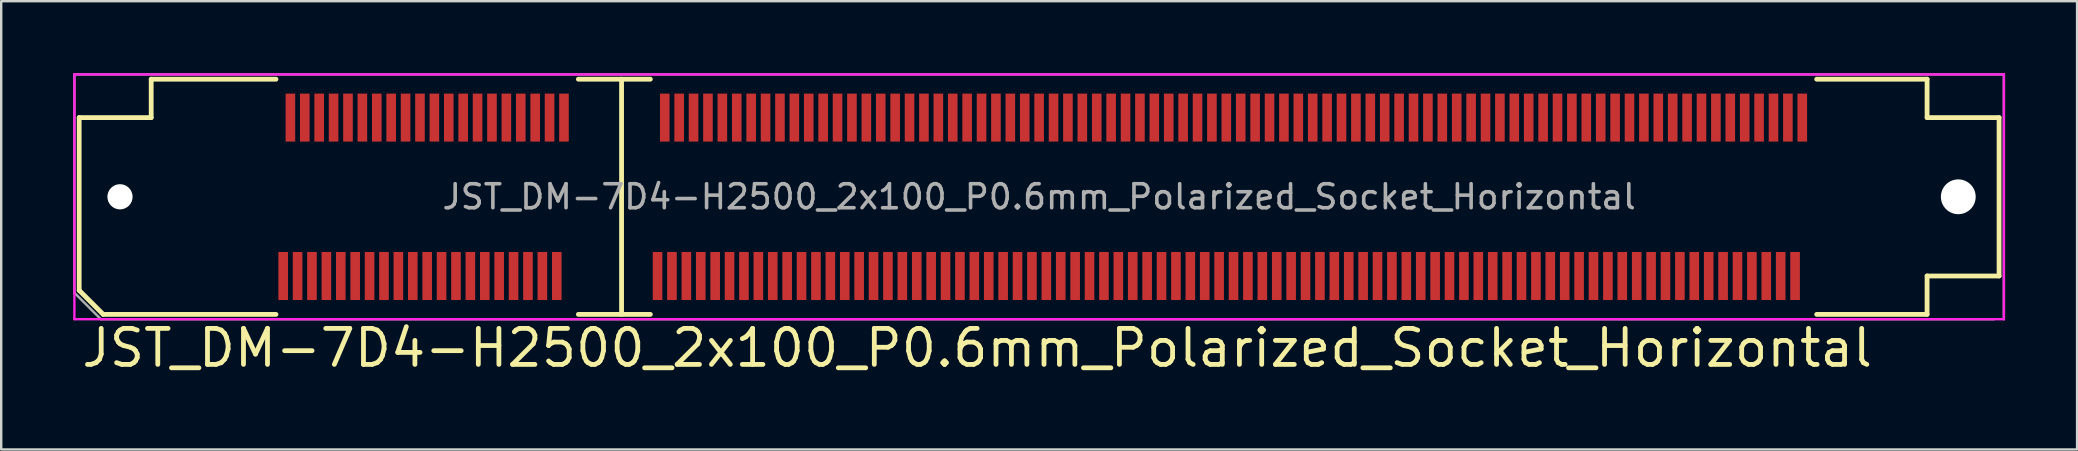
<source format=kicad_pcb>
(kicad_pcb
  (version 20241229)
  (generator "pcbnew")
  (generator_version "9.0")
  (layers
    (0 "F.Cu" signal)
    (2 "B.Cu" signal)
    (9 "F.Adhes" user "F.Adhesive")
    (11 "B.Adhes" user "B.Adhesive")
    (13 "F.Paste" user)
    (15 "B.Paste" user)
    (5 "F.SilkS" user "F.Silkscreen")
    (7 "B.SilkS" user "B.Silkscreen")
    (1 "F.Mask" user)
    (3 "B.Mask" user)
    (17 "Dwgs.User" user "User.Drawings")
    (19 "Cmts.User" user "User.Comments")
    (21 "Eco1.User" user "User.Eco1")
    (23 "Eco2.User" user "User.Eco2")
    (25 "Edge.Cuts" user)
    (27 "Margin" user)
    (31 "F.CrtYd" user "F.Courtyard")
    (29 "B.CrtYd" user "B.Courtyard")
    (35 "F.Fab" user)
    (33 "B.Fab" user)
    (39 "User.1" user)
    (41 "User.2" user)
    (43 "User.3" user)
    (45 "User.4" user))
  (footprint "JST_DM-7D4-H2500_2x100_P0.6mm_Polarized_Socket_Horizontal"
    (layer "F.Cu")
    (at 40.25 5.15)
    (property "Reference" "JST_DM-7D4-H2500_2x100_P0.6mm_Polarized_Socket_Horizontal" (at -40 6.3 0) (layer "F.SilkS") (effects (font (size 1.5 1.5) (thickness 0.2)) (justify left)))
    (attr smd)
    (fp_line (start -40 -3.3) (end -40 3.9) (stroke (width 0.2) (type default)) (layer "F.SilkS"))
    (fp_line (start -40 -3.3) (end -37 -3.3) (stroke (width 0.2) (type default)) (layer "F.SilkS"))
    (fp_line (start -40 3.9) (end -39 4.9) (stroke (width 0.2) (type default)) (layer "F.SilkS"))
    (fp_line (start -39 4.9) (end -31.8 4.9) (stroke (width 0.2) (type solid)) (layer "F.SilkS"))
    (fp_line (start -37 -4.9) (end -37 -3.3) (stroke (width 0.2) (type default)) (layer "F.SilkS"))
    (fp_line (start -37 -4.9) (end -31.8 -4.9) (stroke (width 0.2) (type solid)) (layer "F.SilkS"))
    (fp_line (start -19.2 -4.9) (end -16.2 -4.9) (stroke (width 0.2) (type solid)) (layer "F.SilkS"))
    (fp_line (start -19.2 4.9) (end -16.2 4.9) (stroke (width 0.2) (type solid)) (layer "F.SilkS"))
    (fp_line (start -17.4 4.9) (end -17.4 -4.9) (stroke (width 0.2) (type default)) (layer "F.SilkS"))
    (fp_line (start 32.4 -4.9) (end 37 -4.9) (stroke (width 0.2) (type solid)) (layer "F.SilkS"))
    (fp_line (start 32.4 4.9) (end 37 4.9) (stroke (width 0.2) (type solid)) (layer "F.SilkS"))
    (fp_line (start 37 -4.9) (end 37 -3.3) (stroke (width 0.2) (type default)) (layer "F.SilkS"))
    (fp_line (start 37 4.9) (end 37 3.3) (stroke (width 0.2) (type default)) (layer "F.SilkS"))
    (fp_line (start 40 -3.3) (end 37 -3.3) (stroke (width 0.2) (type default)) (layer "F.SilkS"))
    (fp_line (start 40 -3.3) (end 40 3.3) (stroke (width 0.2) (type default)) (layer "F.SilkS"))
    (fp_line (start 40 3.3) (end 37 3.3) (stroke (width 0.2) (type default)) (layer "F.SilkS"))
    (fp_line (start -40.2 5.1) (end -40.2 -5.1) (stroke (width 0.1) (type solid)) (layer "F.CrtYd"))
    (fp_line (start 40.2 -5.1) (end -40.2 -5.1) (stroke (width 0.1) (type solid)) (layer "F.CrtYd"))
    (fp_line (start 40.2 5.1) (end -40.2 5.1) (stroke (width 0.1) (type solid)) (layer "F.CrtYd"))
    (fp_line (start 40.2 5.1) (end 40.2 -5.1) (stroke (width 0.1) (type solid)) (layer "F.CrtYd"))
    (fp_line (start -40.2 -5.1) (end 40.2 -5.1) (stroke (width 0.1) (type solid)) (layer "F.Fab"))
    (fp_line (start -40.2 4) (end -40.2 -5.1) (stroke (width 0.1) (type solid)) (layer "F.Fab"))
    (fp_line (start -40.2 4) (end -39.1 5.1) (stroke (width 0.1) (type solid)) (layer "F.Fab"))
    (fp_line (start -39.1 5.1) (end 39.8 5.1) (stroke (width 0.1) (type solid)) (layer "F.Fab"))
    (fp_line (start 40.2 5.1) (end 40.2 -5.1) (stroke (width 0.1) (type solid)) (layer "F.Fab"))
    (fp_text user "${REFERENCE}" (at 0 0 0) (layer "F.Fab") (effects (font (size 1 1) (thickness 0.15))))
    (pad "" np_thru_hole circle (at -38.3 0) (size 1.05 1.05) (drill 1.05) (layers "*.Cu"))
    (pad "" np_thru_hole circle (at 38.3 0) (size 1.45 1.45) (drill 1.45) (layers "*.Cu"))
    (pad "1" smd rect (at -31.5 3.3) (size 0.4 2) (layers "F.Cu" "F.Mask" "F.Paste"))
    (pad "2" smd rect (at -31.2 -3.3) (size 0.4 2) (layers "F.Cu" "F.Mask" "F.Paste"))
    (pad "3" smd rect (at -30.9 3.3) (size 0.4 2) (layers "F.Cu" "F.Mask" "F.Paste"))
    (pad "4" smd rect (at -30.6 -3.3) (size 0.4 2) (layers "F.Cu" "F.Mask" "F.Paste"))
    (pad "5" smd rect (at -30.3 3.3) (size 0.4 2) (layers "F.Cu" "F.Mask" "F.Paste"))
    (pad "6" smd rect (at -30 -3.3) (size 0.4 2) (layers "F.Cu" "F.Mask" "F.Paste"))
    (pad "7" smd rect (at -29.7 3.3) (size 0.4 2) (layers "F.Cu" "F.Mask" "F.Paste"))
    (pad "8" smd rect (at -29.4 -3.3) (size 0.4 2) (layers "F.Cu" "F.Mask" "F.Paste"))
    (pad "9" smd rect (at -29.1 3.3) (size 0.4 2) (layers "F.Cu" "F.Mask" "F.Paste"))
    (pad "10" smd rect (at -28.8 -3.3) (size 0.4 2) (layers "F.Cu" "F.Mask" "F.Paste"))
    (pad "11" smd rect (at -28.5 3.3) (size 0.4 2) (layers "F.Cu" "F.Mask" "F.Paste"))
    (pad "12" smd rect (at -28.2 -3.3) (size 0.4 2) (layers "F.Cu" "F.Mask" "F.Paste"))
    (pad "13" smd rect (at -27.9 3.3) (size 0.4 2) (layers "F.Cu" "F.Mask" "F.Paste"))
    (pad "14" smd rect (at -27.6 -3.3) (size 0.4 2) (layers "F.Cu" "F.Mask" "F.Paste"))
    (pad "15" smd rect (at -27.3 3.3) (size 0.4 2) (layers "F.Cu" "F.Mask" "F.Paste"))
    (pad "16" smd rect (at -27 -3.3) (size 0.4 2) (layers "F.Cu" "F.Mask" "F.Paste"))
    (pad "17" smd rect (at -26.7 3.3) (size 0.4 2) (layers "F.Cu" "F.Mask" "F.Paste"))
    (pad "18" smd rect (at -26.4 -3.3) (size 0.4 2) (layers "F.Cu" "F.Mask" "F.Paste"))
    (pad "19" smd rect (at -26.1 3.3) (size 0.4 2) (layers "F.Cu" "F.Mask" "F.Paste"))
    (pad "20" smd rect (at -25.8 -3.3) (size 0.4 2) (layers "F.Cu" "F.Mask" "F.Paste"))
    (pad "21" smd rect (at -25.5 3.3) (size 0.4 2) (layers "F.Cu" "F.Mask" "F.Paste"))
    (pad "22" smd rect (at -25.2 -3.3) (size 0.4 2) (layers "F.Cu" "F.Mask" "F.Paste"))
    (pad "23" smd rect (at -24.9 3.3) (size 0.4 2) (layers "F.Cu" "F.Mask" "F.Paste"))
    (pad "24" smd rect (at -24.6 -3.3) (size 0.4 2) (layers "F.Cu" "F.Mask" "F.Paste"))
    (pad "25" smd rect (at -24.3 3.3) (size 0.4 2) (layers "F.Cu" "F.Mask" "F.Paste"))
    (pad "26" smd rect (at -24 -3.3) (size 0.4 2) (layers "F.Cu" "F.Mask" "F.Paste"))
    (pad "27" smd rect (at -23.7 3.3) (size 0.4 2) (layers "F.Cu" "F.Mask" "F.Paste"))
    (pad "28" smd rect (at -23.4 -3.3) (size 0.4 2) (layers "F.Cu" "F.Mask" "F.Paste"))
    (pad "29" smd rect (at -23.1 3.3) (size 0.4 2) (layers "F.Cu" "F.Mask" "F.Paste"))
    (pad "30" smd rect (at -22.8 -3.3) (size 0.4 2) (layers "F.Cu" "F.Mask" "F.Paste"))
    (pad "31" smd rect (at -22.5 3.3) (size 0.4 2) (layers "F.Cu" "F.Mask" "F.Paste"))
    (pad "32" smd rect (at -22.2 -3.3) (size 0.4 2) (layers "F.Cu" "F.Mask" "F.Paste"))
    (pad "33" smd rect (at -21.9 3.3) (size 0.4 2) (layers "F.Cu" "F.Mask" "F.Paste"))
    (pad "34" smd rect (at -21.6 -3.3) (size 0.4 2) (layers "F.Cu" "F.Mask" "F.Paste"))
    (pad "35" smd rect (at -21.3 3.3) (size 0.4 2) (layers "F.Cu" "F.Mask" "F.Paste"))
    (pad "36" smd rect (at -21 -3.3) (size 0.4 2) (layers "F.Cu" "F.Mask" "F.Paste"))
    (pad "37" smd rect (at -20.7 3.3) (size 0.4 2) (layers "F.Cu" "F.Mask" "F.Paste"))
    (pad "38" smd rect (at -20.4 -3.3) (size 0.4 2) (layers "F.Cu" "F.Mask" "F.Paste"))
    (pad "39" smd rect (at -20.1 3.3) (size 0.4 2) (layers "F.Cu" "F.Mask" "F.Paste"))
    (pad "40" smd rect (at -19.8 -3.3) (size 0.4 2) (layers "F.Cu" "F.Mask" "F.Paste"))
    (pad "41" smd rect (at -15.9 3.3) (size 0.4 2) (layers "F.Cu" "F.Mask" "F.Paste"))
    (pad "42" smd rect (at -15.6 -3.3) (size 0.4 2) (layers "F.Cu" "F.Mask" "F.Paste"))
    (pad "43" smd rect (at -15.3 3.3) (size 0.4 2) (layers "F.Cu" "F.Mask" "F.Paste"))
    (pad "44" smd rect (at -15 -3.3) (size 0.4 2) (layers "F.Cu" "F.Mask" "F.Paste"))
    (pad "45" smd rect (at -14.7 3.3) (size 0.4 2) (layers "F.Cu" "F.Mask" "F.Paste"))
    (pad "46" smd rect (at -14.4 -3.3) (size 0.4 2) (layers "F.Cu" "F.Mask" "F.Paste"))
    (pad "47" smd rect (at -14.1 3.3) (size 0.4 2) (layers "F.Cu" "F.Mask" "F.Paste"))
    (pad "48" smd rect (at -13.8 -3.3) (size 0.4 2) (layers "F.Cu" "F.Mask" "F.Paste"))
    (pad "49" smd rect (at -13.5 3.3) (size 0.4 2) (layers "F.Cu" "F.Mask" "F.Paste"))
    (pad "50" smd rect (at -13.2 -3.3) (size 0.4 2) (layers "F.Cu" "F.Mask" "F.Paste"))
    (pad "51" smd rect (at -12.9 3.3) (size 0.4 2) (layers "F.Cu" "F.Mask" "F.Paste"))
    (pad "52" smd rect (at -12.6 -3.3) (size 0.4 2) (layers "F.Cu" "F.Mask" "F.Paste"))
    (pad "53" smd rect (at -12.3 3.3) (size 0.4 2) (layers "F.Cu" "F.Mask" "F.Paste"))
    (pad "54" smd rect (at -12 -3.3) (size 0.4 2) (layers "F.Cu" "F.Mask" "F.Paste"))
    (pad "55" smd rect (at -11.7 3.3) (size 0.4 2) (layers "F.Cu" "F.Mask" "F.Paste"))
    (pad "56" smd rect (at -11.4 -3.3) (size 0.4 2) (layers "F.Cu" "F.Mask" "F.Paste"))
    (pad "57" smd rect (at -11.1 3.3) (size 0.4 2) (layers "F.Cu" "F.Mask" "F.Paste"))
    (pad "58" smd rect (at -10.8 -3.3) (size 0.4 2) (layers "F.Cu" "F.Mask" "F.Paste"))
    (pad "59" smd rect (at -10.5 3.3) (size 0.4 2) (layers "F.Cu" "F.Mask" "F.Paste"))
    (pad "60" smd rect (at -10.2 -3.3) (size 0.4 2) (layers "F.Cu" "F.Mask" "F.Paste"))
    (pad "61" smd rect (at -9.9 3.3) (size 0.4 2) (layers "F.Cu" "F.Mask" "F.Paste"))
    (pad "62" smd rect (at -9.6 -3.3) (size 0.4 2) (layers "F.Cu" "F.Mask" "F.Paste"))
    (pad "63" smd rect (at -9.3 3.3) (size 0.4 2) (layers "F.Cu" "F.Mask" "F.Paste"))
    (pad "64" smd rect (at -9 -3.3) (size 0.4 2) (layers "F.Cu" "F.Mask" "F.Paste"))
    (pad "65" smd rect (at -8.7 3.3) (size 0.4 2) (layers "F.Cu" "F.Mask" "F.Paste"))
    (pad "66" smd rect (at -8.4 -3.3) (size 0.4 2) (layers "F.Cu" "F.Mask" "F.Paste"))
    (pad "67" smd rect (at -8.1 3.3) (size 0.4 2) (layers "F.Cu" "F.Mask" "F.Paste"))
    (pad "68" smd rect (at -7.8 -3.3) (size 0.4 2) (layers "F.Cu" "F.Mask" "F.Paste"))
    (pad "69" smd rect (at -7.5 3.3) (size 0.4 2) (layers "F.Cu" "F.Mask" "F.Paste"))
    (pad "70" smd rect (at -7.2 -3.3) (size 0.4 2) (layers "F.Cu" "F.Mask" "F.Paste"))
    (pad "71" smd rect (at -6.9 3.3) (size 0.4 2) (layers "F.Cu" "F.Mask" "F.Paste"))
    (pad "72" smd rect (at -6.6 -3.3) (size 0.4 2) (layers "F.Cu" "F.Mask" "F.Paste"))
    (pad "73" smd rect (at -6.3 3.3) (size 0.4 2) (layers "F.Cu" "F.Mask" "F.Paste"))
    (pad "74" smd rect (at -6 -3.3) (size 0.4 2) (layers "F.Cu" "F.Mask" "F.Paste"))
    (pad "75" smd rect (at -5.7 3.3) (size 0.4 2) (layers "F.Cu" "F.Mask" "F.Paste"))
    (pad "76" smd rect (at -5.4 -3.3) (size 0.4 2) (layers "F.Cu" "F.Mask" "F.Paste"))
    (pad "77" smd rect (at -5.1 3.3) (size 0.4 2) (layers "F.Cu" "F.Mask" "F.Paste"))
    (pad "78" smd rect (at -4.8 -3.3) (size 0.4 2) (layers "F.Cu" "F.Mask" "F.Paste"))
    (pad "79" smd rect (at -4.5 3.3) (size 0.4 2) (layers "F.Cu" "F.Mask" "F.Paste"))
    (pad "80" smd rect (at -4.2 -3.3) (size 0.4 2) (layers "F.Cu" "F.Mask" "F.Paste"))
    (pad "81" smd rect (at -3.9 3.3) (size 0.4 2) (layers "F.Cu" "F.Mask" "F.Paste"))
    (pad "82" smd rect (at -3.6 -3.3) (size 0.4 2) (layers "F.Cu" "F.Mask" "F.Paste"))
    (pad "83" smd rect (at -3.3 3.3) (size 0.4 2) (layers "F.Cu" "F.Mask" "F.Paste"))
    (pad "84" smd rect (at -3 -3.3) (size 0.4 2) (layers "F.Cu" "F.Mask" "F.Paste"))
    (pad "85" smd rect (at -2.7 3.3) (size 0.4 2) (layers "F.Cu" "F.Mask" "F.Paste"))
    (pad "86" smd rect (at -2.4 -3.3) (size 0.4 2) (layers "F.Cu" "F.Mask" "F.Paste"))
    (pad "87" smd rect (at -2.1 3.3) (size 0.4 2) (layers "F.Cu" "F.Mask" "F.Paste"))
    (pad "88" smd rect (at -1.8 -3.3) (size 0.4 2) (layers "F.Cu" "F.Mask" "F.Paste"))
    (pad "89" smd rect (at -1.5 3.3) (size 0.4 2) (layers "F.Cu" "F.Mask" "F.Paste"))
    (pad "90" smd rect (at -1.2 -3.3) (size 0.4 2) (layers "F.Cu" "F.Mask" "F.Paste"))
    (pad "91" smd rect (at -0.9 3.3) (size 0.4 2) (layers "F.Cu" "F.Mask" "F.Paste"))
    (pad "92" smd rect (at -0.6 -3.3) (size 0.4 2) (layers "F.Cu" "F.Mask" "F.Paste"))
    (pad "93" smd rect (at -0.3 3.3) (size 0.4 2) (layers "F.Cu" "F.Mask" "F.Paste"))
    (pad "94" smd rect (at 0 -3.3) (size 0.4 2) (layers "F.Cu" "F.Mask" "F.Paste"))
    (pad "95" smd rect (at 0.3 3.3) (size 0.4 2) (layers "F.Cu" "F.Mask" "F.Paste"))
    (pad "96" smd rect (at 0.6 -3.3) (size 0.4 2) (layers "F.Cu" "F.Mask" "F.Paste"))
    (pad "97" smd rect (at 0.9 3.3) (size 0.4 2) (layers "F.Cu" "F.Mask" "F.Paste"))
    (pad "98" smd rect (at 1.2 -3.3) (size 0.4 2) (layers "F.Cu" "F.Mask" "F.Paste"))
    (pad "99" smd rect (at 1.5 3.3) (size 0.4 2) (layers "F.Cu" "F.Mask" "F.Paste"))
    (pad "100" smd rect (at 1.8 -3.3) (size 0.4 2) (layers "F.Cu" "F.Mask" "F.Paste"))
    (pad "101" smd rect (at 2.1 3.3) (size 0.4 2) (layers "F.Cu" "F.Mask" "F.Paste"))
    (pad "102" smd rect (at 2.4 -3.3) (size 0.4 2) (layers "F.Cu" "F.Mask" "F.Paste"))
    (pad "103" smd rect (at 2.7 3.3) (size 0.4 2) (layers "F.Cu" "F.Mask" "F.Paste"))
    (pad "104" smd rect (at 3 -3.3) (size 0.4 2) (layers "F.Cu" "F.Mask" "F.Paste"))
    (pad "105" smd rect (at 3.3 3.3) (size 0.4 2) (layers "F.Cu" "F.Mask" "F.Paste"))
    (pad "106" smd rect (at 3.6 -3.3) (size 0.4 2) (layers "F.Cu" "F.Mask" "F.Paste"))
    (pad "107" smd rect (at 3.9 3.3) (size 0.4 2) (layers "F.Cu" "F.Mask" "F.Paste"))
    (pad "108" smd rect (at 4.2 -3.3) (size 0.4 2) (layers "F.Cu" "F.Mask" "F.Paste"))
    (pad "109" smd rect (at 4.5 3.3) (size 0.4 2) (layers "F.Cu" "F.Mask" "F.Paste"))
    (pad "110" smd rect (at 4.8 -3.3) (size 0.4 2) (layers "F.Cu" "F.Mask" "F.Paste"))
    (pad "111" smd rect (at 5.1 3.3) (size 0.4 2) (layers "F.Cu" "F.Mask" "F.Paste"))
    (pad "112" smd rect (at 5.4 -3.3) (size 0.4 2) (layers "F.Cu" "F.Mask" "F.Paste"))
    (pad "113" smd rect (at 5.7 3.3) (size 0.4 2) (layers "F.Cu" "F.Mask" "F.Paste"))
    (pad "114" smd rect (at 6 -3.3) (size 0.4 2) (layers "F.Cu" "F.Mask" "F.Paste"))
    (pad "115" smd rect (at 6.3 3.3) (size 0.4 2) (layers "F.Cu" "F.Mask" "F.Paste"))
    (pad "116" smd rect (at 6.6 -3.3) (size 0.4 2) (layers "F.Cu" "F.Mask" "F.Paste"))
    (pad "117" smd rect (at 6.9 3.3) (size 0.4 2) (layers "F.Cu" "F.Mask" "F.Paste"))
    (pad "118" smd rect (at 7.2 -3.3) (size 0.4 2) (layers "F.Cu" "F.Mask" "F.Paste"))
    (pad "119" smd rect (at 7.5 3.3) (size 0.4 2) (layers "F.Cu" "F.Mask" "F.Paste"))
    (pad "120" smd rect (at 7.8 -3.3) (size 0.4 2) (layers "F.Cu" "F.Mask" "F.Paste"))
    (pad "121" smd rect (at 8.1 3.3) (size 0.4 2) (layers "F.Cu" "F.Mask" "F.Paste"))
    (pad "122" smd rect (at 8.4 -3.3) (size 0.4 2) (layers "F.Cu" "F.Mask" "F.Paste"))
    (pad "123" smd rect (at 8.7 3.3) (size 0.4 2) (layers "F.Cu" "F.Mask" "F.Paste"))
    (pad "124" smd rect (at 9 -3.3) (size 0.4 2) (layers "F.Cu" "F.Mask" "F.Paste"))
    (pad "125" smd rect (at 9.3 3.3) (size 0.4 2) (layers "F.Cu" "F.Mask" "F.Paste"))
    (pad "126" smd rect (at 9.6 -3.3) (size 0.4 2) (layers "F.Cu" "F.Mask" "F.Paste"))
    (pad "127" smd rect (at 9.9 3.3) (size 0.4 2) (layers "F.Cu" "F.Mask" "F.Paste"))
    (pad "128" smd rect (at 10.2 -3.3) (size 0.4 2) (layers "F.Cu" "F.Mask" "F.Paste"))
    (pad "129" smd rect (at 10.5 3.3) (size 0.4 2) (layers "F.Cu" "F.Mask" "F.Paste"))
    (pad "130" smd rect (at 10.8 -3.3) (size 0.4 2) (layers "F.Cu" "F.Mask" "F.Paste"))
    (pad "131" smd rect (at 11.1 3.3) (size 0.4 2) (layers "F.Cu" "F.Mask" "F.Paste"))
    (pad "132" smd rect (at 11.4 -3.3) (size 0.4 2) (layers "F.Cu" "F.Mask" "F.Paste"))
    (pad "133" smd rect (at 11.7 3.3) (size 0.4 2) (layers "F.Cu" "F.Mask" "F.Paste"))
    (pad "134" smd rect (at 12 -3.3) (size 0.4 2) (layers "F.Cu" "F.Mask" "F.Paste"))
    (pad "135" smd rect (at 12.3 3.3) (size 0.4 2) (layers "F.Cu" "F.Mask" "F.Paste"))
    (pad "136" smd rect (at 12.6 -3.3) (size 0.4 2) (layers "F.Cu" "F.Mask" "F.Paste"))
    (pad "137" smd rect (at 12.9 3.3) (size 0.4 2) (layers "F.Cu" "F.Mask" "F.Paste"))
    (pad "138" smd rect (at 13.2 -3.3) (size 0.4 2) (layers "F.Cu" "F.Mask" "F.Paste"))
    (pad "139" smd rect (at 13.5 3.3) (size 0.4 2) (layers "F.Cu" "F.Mask" "F.Paste"))
    (pad "140" smd rect (at 13.8 -3.3) (size 0.4 2) (layers "F.Cu" "F.Mask" "F.Paste"))
    (pad "141" smd rect (at 14.1 3.3) (size 0.4 2) (layers "F.Cu" "F.Mask" "F.Paste"))
    (pad "142" smd rect (at 14.4 -3.3) (size 0.4 2) (layers "F.Cu" "F.Mask" "F.Paste"))
    (pad "143" smd rect (at 14.7 3.3) (size 0.4 2) (layers "F.Cu" "F.Mask" "F.Paste"))
    (pad "144" smd rect (at 15 -3.3) (size 0.4 2) (layers "F.Cu" "F.Mask" "F.Paste"))
    (pad "145" smd rect (at 15.3 3.3) (size 0.4 2) (layers "F.Cu" "F.Mask" "F.Paste"))
    (pad "146" smd rect (at 15.6 -3.3) (size 0.4 2) (layers "F.Cu" "F.Mask" "F.Paste"))
    (pad "147" smd rect (at 15.9 3.3) (size 0.4 2) (layers "F.Cu" "F.Mask" "F.Paste"))
    (pad "148" smd rect (at 16.2 -3.3) (size 0.4 2) (layers "F.Cu" "F.Mask" "F.Paste"))
    (pad "149" smd rect (at 16.5 3.3) (size 0.4 2) (layers "F.Cu" "F.Mask" "F.Paste"))
    (pad "150" smd rect (at 16.8 -3.3) (size 0.4 2) (layers "F.Cu" "F.Mask" "F.Paste"))
    (pad "151" smd rect (at 17.1 3.3) (size 0.4 2) (layers "F.Cu" "F.Mask" "F.Paste"))
    (pad "152" smd rect (at 17.4 -3.3) (size 0.4 2) (layers "F.Cu" "F.Mask" "F.Paste"))
    (pad "153" smd rect (at 17.7 3.3) (size 0.4 2) (layers "F.Cu" "F.Mask" "F.Paste"))
    (pad "154" smd rect (at 18 -3.3) (size 0.4 2) (layers "F.Cu" "F.Mask" "F.Paste"))
    (pad "155" smd rect (at 18.3 3.3) (size 0.4 2) (layers "F.Cu" "F.Mask" "F.Paste"))
    (pad "156" smd rect (at 18.6 -3.3) (size 0.4 2) (layers "F.Cu" "F.Mask" "F.Paste"))
    (pad "157" smd rect (at 18.9 3.3) (size 0.4 2) (layers "F.Cu" "F.Mask" "F.Paste"))
    (pad "158" smd rect (at 19.2 -3.3) (size 0.4 2) (layers "F.Cu" "F.Mask" "F.Paste"))
    (pad "159" smd rect (at 19.5 3.3) (size 0.4 2) (layers "F.Cu" "F.Mask" "F.Paste"))
    (pad "160" smd rect (at 19.8 -3.3) (size 0.4 2) (layers "F.Cu" "F.Mask" "F.Paste"))
    (pad "161" smd rect (at 20.1 3.3) (size 0.4 2) (layers "F.Cu" "F.Mask" "F.Paste"))
    (pad "162" smd rect (at 20.4 -3.3) (size 0.4 2) (layers "F.Cu" "F.Mask" "F.Paste"))
    (pad "163" smd rect (at 20.7 3.3) (size 0.4 2) (layers "F.Cu" "F.Mask" "F.Paste"))
    (pad "164" smd rect (at 21 -3.3) (size 0.4 2) (layers "F.Cu" "F.Mask" "F.Paste"))
    (pad "165" smd rect (at 21.3 3.3) (size 0.4 2) (layers "F.Cu" "F.Mask" "F.Paste"))
    (pad "166" smd rect (at 21.6 -3.3) (size 0.4 2) (layers "F.Cu" "F.Mask" "F.Paste"))
    (pad "167" smd rect (at 21.9 3.3) (size 0.4 2) (layers "F.Cu" "F.Mask" "F.Paste"))
    (pad "168" smd rect (at 22.2 -3.3) (size 0.4 2) (layers "F.Cu" "F.Mask" "F.Paste"))
    (pad "169" smd rect (at 22.5 3.3) (size 0.4 2) (layers "F.Cu" "F.Mask" "F.Paste"))
    (pad "170" smd rect (at 22.8 -3.3) (size 0.4 2) (layers "F.Cu" "F.Mask" "F.Paste"))
    (pad "171" smd rect (at 23.1 3.3) (size 0.4 2) (layers "F.Cu" "F.Mask" "F.Paste"))
    (pad "172" smd rect (at 23.4 -3.3) (size 0.4 2) (layers "F.Cu" "F.Mask" "F.Paste"))
    (pad "173" smd rect (at 23.7 3.3) (size 0.4 2) (layers "F.Cu" "F.Mask" "F.Paste"))
    (pad "174" smd rect (at 24 -3.3) (size 0.4 2) (layers "F.Cu" "F.Mask" "F.Paste"))
    (pad "175" smd rect (at 24.3 3.3) (size 0.4 2) (layers "F.Cu" "F.Mask" "F.Paste"))
    (pad "176" smd rect (at 24.6 -3.3) (size 0.4 2) (layers "F.Cu" "F.Mask" "F.Paste"))
    (pad "177" smd rect (at 24.9 3.3) (size 0.4 2) (layers "F.Cu" "F.Mask" "F.Paste"))
    (pad "178" smd rect (at 25.2 -3.3) (size 0.4 2) (layers "F.Cu" "F.Mask" "F.Paste"))
    (pad "179" smd rect (at 25.5 3.3) (size 0.4 2) (layers "F.Cu" "F.Mask" "F.Paste"))
    (pad "180" smd rect (at 25.8 -3.3) (size 0.4 2) (layers "F.Cu" "F.Mask" "F.Paste"))
    (pad "181" smd rect (at 26.1 3.3) (size 0.4 2) (layers "F.Cu" "F.Mask" "F.Paste"))
    (pad "182" smd rect (at 26.4 -3.3) (size 0.4 2) (layers "F.Cu" "F.Mask" "F.Paste"))
    (pad "183" smd rect (at 26.7 3.3) (size 0.4 2) (layers "F.Cu" "F.Mask" "F.Paste"))
    (pad "184" smd rect (at 27 -3.3) (size 0.4 2) (layers "F.Cu" "F.Mask" "F.Paste"))
    (pad "185" smd rect (at 27.3 3.3) (size 0.4 2) (layers "F.Cu" "F.Mask" "F.Paste"))
    (pad "186" smd rect (at 27.6 -3.3) (size 0.4 2) (layers "F.Cu" "F.Mask" "F.Paste"))
    (pad "187" smd rect (at 27.9 3.3) (size 0.4 2) (layers "F.Cu" "F.Mask" "F.Paste"))
    (pad "188" smd rect (at 28.2 -3.3) (size 0.4 2) (layers "F.Cu" "F.Mask" "F.Paste"))
    (pad "189" smd rect (at 28.5 3.3) (size 0.4 2) (layers "F.Cu" "F.Mask" "F.Paste"))
    (pad "190" smd rect (at 28.8 -3.3) (size 0.4 2) (layers "F.Cu" "F.Mask" "F.Paste"))
    (pad "191" smd rect (at 29.1 3.3) (size 0.4 2) (layers "F.Cu" "F.Mask" "F.Paste"))
    (pad "192" smd rect (at 29.4 -3.3) (size 0.4 2) (layers "F.Cu" "F.Mask" "F.Paste"))
    (pad "193" smd rect (at 29.7 3.3) (size 0.4 2) (layers "F.Cu" "F.Mask" "F.Paste"))
    (pad "194" smd rect (at 30 -3.3) (size 0.4 2) (layers "F.Cu" "F.Mask" "F.Paste"))
    (pad "195" smd rect (at 30.3 3.3) (size 0.4 2) (layers "F.Cu" "F.Mask" "F.Paste"))
    (pad "196" smd rect (at 30.6 -3.3) (size 0.4 2) (layers "F.Cu" "F.Mask" "F.Paste"))
    (pad "197" smd rect (at 30.9 3.3) (size 0.4 2) (layers "F.Cu" "F.Mask" "F.Paste"))
    (pad "198" smd rect (at 31.2 -3.3) (size 0.4 2) (layers "F.Cu" "F.Mask" "F.Paste"))
    (pad "199" smd rect (at 31.5 3.3) (size 0.4 2) (layers "F.Cu" "F.Mask" "F.Paste"))
    (pad "200" smd rect (at 31.8 -3.3) (size 0.4 2) (layers "F.Cu" "F.Mask" "F.Paste")))
  (gr_rect
    (start -3 -3)
    (end 83.5 15.678)
    (stroke (width 0.1) (type default))
    (fill no)
    (layer "Edge.Cuts")))
</source>
